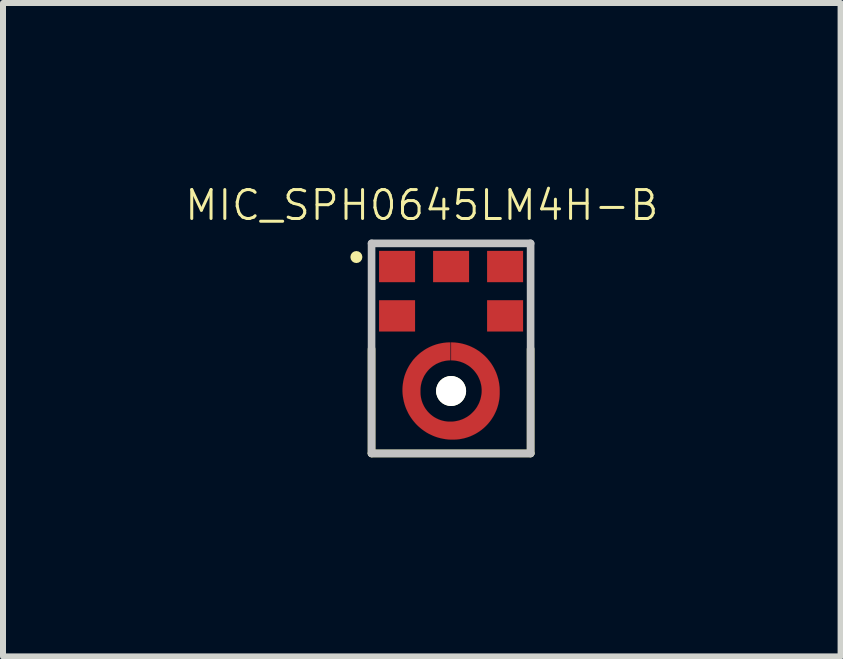
<source format=kicad_pcb>
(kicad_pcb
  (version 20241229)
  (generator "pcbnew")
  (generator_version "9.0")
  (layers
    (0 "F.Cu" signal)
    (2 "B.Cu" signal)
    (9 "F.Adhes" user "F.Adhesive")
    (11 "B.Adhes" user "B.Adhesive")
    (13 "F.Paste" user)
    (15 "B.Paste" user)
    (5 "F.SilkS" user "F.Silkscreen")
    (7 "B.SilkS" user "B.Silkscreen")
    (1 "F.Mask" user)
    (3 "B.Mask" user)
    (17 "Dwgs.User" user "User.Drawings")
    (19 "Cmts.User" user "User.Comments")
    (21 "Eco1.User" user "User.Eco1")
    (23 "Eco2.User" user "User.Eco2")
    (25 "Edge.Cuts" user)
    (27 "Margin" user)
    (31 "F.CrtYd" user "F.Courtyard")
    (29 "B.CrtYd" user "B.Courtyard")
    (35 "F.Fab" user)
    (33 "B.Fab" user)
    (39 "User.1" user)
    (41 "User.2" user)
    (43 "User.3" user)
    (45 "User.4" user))
  (footprint "MIC_SPH0645LM4H-B"
    (layer "F.Cu")
    (at 4.466 3.465)
    (property "Reference" "MIC_SPH0645LM4H-B" (at -0.488 -3.095 0) (layer "F.SilkS") (effects (font (size 0.482 0.482) (thickness 0.05))))
    (attr smd)
    (fp_poly (pts (xy -0.01 -0.51) (xy -0.01 -0.81) (xy -0.036 -0.81) (xy -0.077 -0.808) (xy -0.119 -0.803) (xy -0.16 -0.797) (xy -0.201 -0.788) (xy -0.241 -0.778) (xy -0.28 -0.765) (xy -0.319 -0.75) (xy -0.357 -0.733) (xy -0.394 -0.714) (xy -0.431 -0.693) (xy -0.465 -0.67) (xy -0.499 -0.646) (xy -0.531 -0.62) (xy -0.562 -0.592) (xy -0.592 -0.562) (xy -0.62 -0.532) (xy -0.646 -0.499) (xy -0.67 -0.465) (xy -0.693 -0.431) (xy -0.714 -0.394) (xy -0.733 -0.357) (xy -0.75 -0.319) (xy -0.765 -0.28) (xy -0.778 -0.241) (xy -0.788 -0.201) (xy -0.797 -0.16) (xy -0.803 -0.119) (xy -0.808 -0.077) (xy -0.81 -0.036) (xy -0.81 -0.02) (xy -0.81 0.002) (xy -0.808 0.045) (xy -0.803 0.088) (xy -0.796 0.131) (xy -0.787 0.174) (xy -0.776 0.216) (xy -0.763 0.257) (xy -0.747 0.298) (xy -0.729 0.337) (xy -0.71 0.376) (xy -0.688 0.414) (xy -0.664 0.45) (xy -0.639 0.485) (xy -0.611 0.519) (xy -0.582 0.552) (xy -0.552 0.582) (xy -0.519 0.611) (xy -0.485 0.639) (xy -0.45 0.664) (xy -0.414 0.688) (xy -0.376 0.71) (xy -0.337 0.729) (xy -0.298 0.747) (xy -0.257 0.763) (xy -0.216 0.776) (xy -0.174 0.787) (xy -0.131 0.796) (xy -0.088 0.803) (xy -0.045 0.808) (xy -0.002 0.81) (xy 0.02 0.81) (xy 0.03 0.81) (xy 0.05 0.81) (xy 0.091 0.808) (xy 0.132 0.804) (xy 0.172 0.797) (xy 0.212 0.789) (xy 0.252 0.778) (xy 0.29 0.766) (xy 0.329 0.751) (xy 0.366 0.734) (xy 0.402 0.716) (xy 0.438 0.695) (xy 0.472 0.673) (xy 0.505 0.649) (xy 0.537 0.623) (xy 0.567 0.596) (xy 0.596 0.567) (xy 0.623 0.537) (xy 0.649 0.505) (xy 0.673 0.472) (xy 0.695 0.438) (xy 0.716 0.402) (xy 0.734 0.366) (xy 0.751 0.329) (xy 0.766 0.29) (xy 0.778 0.252) (xy 0.789 0.212) (xy 0.797 0.172) (xy 0.804 0.132) (xy 0.808 0.091) (xy 0.81 0.05) (xy 0.81 0.03) (xy 0.81 0) (xy 0.81 -0.021) (xy 0.808 -0.064) (xy 0.803 -0.106) (xy 0.797 -0.148) (xy 0.788 -0.189) (xy 0.777 -0.23) (xy 0.764 -0.27) (xy 0.749 -0.31) (xy 0.731 -0.349) (xy 0.712 -0.387) (xy 0.691 -0.423) (xy 0.668 -0.459) (xy 0.643 -0.493) (xy 0.616 -0.526) (xy 0.588 -0.558) (xy 0.558 -0.588) (xy 0.526 -0.616) (xy 0.493 -0.643) (xy 0.459 -0.668) (xy 0.423 -0.691) (xy 0.387 -0.712) (xy 0.349 -0.731) (xy 0.31 -0.749) (xy 0.27 -0.764) (xy 0.23 -0.777) (xy 0.189 -0.788) (xy 0.148 -0.797) (xy 0.106 -0.803) (xy 0.064 -0.808) (xy 0.021 -0.81) (xy 0 -0.81) (xy 0 -0.51) (xy 0.009 -0.51) (xy 0.036 -0.509) (xy 0.062 -0.507) (xy 0.088 -0.503) (xy 0.114 -0.498) (xy 0.14 -0.492) (xy 0.165 -0.484) (xy 0.19 -0.475) (xy 0.214 -0.465) (xy 0.238 -0.453) (xy 0.261 -0.44) (xy 0.284 -0.426) (xy 0.306 -0.411) (xy 0.326 -0.395) (xy 0.346 -0.377) (xy 0.365 -0.359) (xy 0.383 -0.34) (xy 0.4 -0.319) (xy 0.416 -0.298) (xy 0.431 -0.276) (xy 0.445 -0.254) (xy 0.457 -0.23) (xy 0.468 -0.206) (xy 0.478 -0.182) (xy 0.487 -0.157) (xy 0.494 -0.131) (xy 0.5 -0.106) (xy 0.505 -0.08) (xy 0.508 -0.053) (xy 0.51 -0.027) (xy 0.51 -0.01) (xy 0.51 0.004) (xy 0.509 0.031) (xy 0.506 0.058) (xy 0.501 0.085) (xy 0.496 0.111) (xy 0.489 0.138) (xy 0.48 0.164) (xy 0.471 0.189) (xy 0.46 0.214) (xy 0.447 0.238) (xy 0.434 0.262) (xy 0.419 0.285) (xy 0.403 0.307) (xy 0.386 0.328) (xy 0.367 0.348) (xy 0.348 0.367) (xy 0.328 0.386) (xy 0.307 0.403) (xy 0.285 0.419) (xy 0.262 0.434) (xy 0.238 0.447) (xy 0.214 0.46) (xy 0.189 0.471) (xy 0.164 0.48) (xy 0.138 0.489) (xy 0.111 0.496) (xy 0.085 0.501) (xy 0.058 0.506) (xy 0.031 0.509) (xy 0.004 0.51) (xy -0.01 0.51) (xy -0.02 0.51) (xy -0.033 0.51) (xy -0.058 0.509) (xy -0.084 0.506) (xy -0.109 0.502) (xy -0.134 0.497) (xy -0.159 0.49) (xy -0.184 0.482) (xy -0.208 0.473) (xy -0.231 0.462) (xy -0.254 0.451) (xy -0.276 0.438) (xy -0.298 0.424) (xy -0.318 0.409) (xy -0.338 0.393) (xy -0.357 0.376) (xy -0.376 0.357) (xy -0.393 0.338) (xy -0.409 0.318) (xy -0.424 0.298) (xy -0.438 0.276) (xy -0.451 0.254) (xy -0.462 0.231) (xy -0.473 0.208) (xy -0.482 0.184) (xy -0.49 0.159) (xy -0.497 0.134) (xy -0.502 0.109) (xy -0.506 0.084) (xy -0.509 0.058) (xy -0.51 0.033) (xy -0.51 0.02) (xy -0.51 -0.01) (xy -0.51 -0.023) (xy -0.509 -0.049) (xy -0.506 -0.075) (xy -0.502 -0.101) (xy -0.496 -0.127) (xy -0.49 -0.152) (xy -0.481 -0.177) (xy -0.472 -0.201) (xy -0.461 -0.225) (xy -0.45 -0.249) (xy -0.436 -0.271) (xy -0.422 -0.293) (xy -0.407 -0.314) (xy -0.39 -0.335) (xy -0.373 -0.354) (xy -0.354 -0.373) (xy -0.335 -0.39) (xy -0.314 -0.407) (xy -0.293 -0.422) (xy -0.271 -0.436) (xy -0.249 -0.45) (xy -0.225 -0.461) (xy -0.201 -0.472) (xy -0.177 -0.481) (xy -0.152 -0.49) (xy -0.127 -0.496) (xy -0.101 -0.502) (xy -0.075 -0.506) (xy -0.049 -0.509) (xy -0.023 -0.51)) (stroke (width 0.001) (type solid)) (fill yes) (layer "F.Cu"))
    (fp_circle (center 0 0) (end 0.456 0) (stroke (width 0.912) (type solid)) (fill no) (layer "F.Mask"))
    (fp_line (start -1.325 1.04) (end -1.325 -0.7) (stroke (width 0.127) (type solid)) (layer "F.SilkS"))
    (fp_line (start 1.325 -0.7) (end 1.325 1.04) (stroke (width 0.127) (type solid)) (layer "F.SilkS"))
    (fp_line (start 1.325 1.04) (end -1.325 1.04) (stroke (width 0.127) (type solid)) (layer "F.SilkS"))
    (fp_circle (center -1.578 -2.232) (end -1.528 -2.232) (stroke (width 0.1) (type solid)) (fill no) (layer "F.SilkS"))
    (fp_poly (pts (xy 0.38 0.53) (xy 0.28 0.425) (xy 0.23 0.46) (xy 0.12 0.5) (xy 0 0.514) (xy -0.12 0.5) (xy -0.225 0.462) (xy -0.288 0.426) (xy -0.385 0.525) (xy -0.5 0.64) (xy -0.405 0.705) (xy -0.31 0.75) (xy -0.22 0.78) (xy -0.14 0.8) (xy 0 0.81) (xy 0.16 0.796) (xy 0.31 0.75) (xy 0.425 0.69) (xy 0.495 0.645)) (stroke (width 0.001) (type solid)) (fill yes) (layer "F.Paste"))
    (fp_poly (pts (xy -0.375 -0.53) (xy -0.28 -0.435) (xy -0.23 -0.46) (xy -0.175 -0.485) (xy -0.12 -0.5) (xy -0.06 -0.51) (xy 0 -0.514) (xy 0.12 -0.5) (xy 0.225 -0.462) (xy 0.283 -0.426) (xy 0.385 -0.525) (xy 0.5 -0.64) (xy 0.41 -0.7) (xy 0.31 -0.75) (xy 0.23 -0.78) (xy 0.14 -0.8) (xy 0 -0.81) (xy -0.16 -0.796) (xy -0.31 -0.75) (xy -0.415 -0.7) (xy -0.49 -0.645)) (stroke (width 0.001) (type solid)) (fill yes) (layer "F.Paste"))
    (fp_poly (pts (xy 0.53 -0.385) (xy 0.425 -0.28) (xy 0.46 -0.23) (xy 0.5 -0.12) (xy 0.514 0) (xy 0.5 0.12) (xy 0.462 0.225) (xy 0.421 0.283) (xy 0.52 0.38) (xy 0.64 0.5) (xy 0.705 0.405) (xy 0.75 0.31) (xy 0.78 0.23) (xy 0.8 0.14) (xy 0.81 0.06) (xy 0.81 -0.065) (xy 0.796 -0.16) (xy 0.78 -0.235) (xy 0.75 -0.31) (xy 0.705 -0.405) (xy 0.64 -0.5)) (stroke (width 0.001) (type solid)) (fill yes) (layer "F.Paste"))
    (fp_poly (pts (xy -0.53 0.385) (xy -0.43 0.285) (xy -0.465 0.23) (xy -0.505 0.12) (xy -0.51 0.12) (xy -0.505 0.11) (xy -0.52 0.005) (xy -0.524 -0.005) (xy -0.52 -0.005) (xy -0.505 -0.125) (xy -0.462 -0.225) (xy -0.426 -0.293) (xy -0.525 -0.39) (xy -0.635 -0.505) (xy -0.7 -0.41) (xy -0.75 -0.31) (xy -0.78 -0.22) (xy -0.8 -0.14) (xy -0.81 0) (xy -0.796 0.16) (xy -0.75 0.31) (xy -0.705 0.4) (xy -0.64 0.5)) (stroke (width 0.001) (type solid)) (fill yes) (layer "F.Paste"))
    (fp_line (start -1.325 -2.46) (end 1.325 -2.46) (stroke (width 0.127) (type solid)) (layer "Dwgs.User"))
    (fp_line (start -1.325 1.04) (end -1.325 -2.46) (stroke (width 0.127) (type solid)) (layer "Dwgs.User"))
    (fp_line (start 1.325 -2.46) (end 1.325 1.04) (stroke (width 0.127) (type solid)) (layer "Dwgs.User"))
    (fp_line (start 1.325 1.04) (end -1.325 1.04) (stroke (width 0.127) (type solid)) (layer "Dwgs.User"))
    (fp_line (start -1.651 -2.794) (end 1.651 -2.794) (stroke (width 0.05) (type solid)) (layer "Eco1.User"))
    (fp_line (start -1.651 1.397) (end -1.651 -2.794) (stroke (width 0.05) (type solid)) (layer "Eco1.User"))
    (fp_line (start 1.651 -2.794) (end 1.651 1.397) (stroke (width 0.05) (type solid)) (layer "Eco1.User"))
    (fp_line (start 1.651 1.397) (end -1.651 1.397) (stroke (width 0.05) (type solid)) (layer "Eco1.User"))
    (pad "" np_thru_hole circle (at 0 0) (size 0.5 0.5) (drill 0.5) (layers "*.Cu" "*.Mask" "F.SilkS"))
    (pad "1" smd rect (at -0.9 -2.074) (size 0.6 0.522) (layers "F.Cu" "F.Mask" "F.Paste"))
    (pad "2" smd rect (at -0.9 -1.252) (size 0.6 0.522) (layers "F.Cu" "F.Mask" "F.Paste"))
    (pad "3" smd rect (at 0.65 -0.02) (size 0.1 0.1) (layers "F.Cu" "F.Mask" "F.Paste"))
    (pad "4" smd rect (at 0.9 -1.252) (size 0.6 0.522) (layers "F.Cu" "F.Mask" "F.Paste"))
    (pad "5" smd rect (at 0.9 -2.074) (size 0.6 0.522) (layers "F.Cu" "F.Mask" "F.Paste"))
    (pad "6" smd rect (at 0 -2.074) (size 0.6 0.522) (layers "F.Cu" "F.Mask" "F.Paste")))
  (gr_rect
    (start -3 -3)
    (end 10.956 7.887)
    (stroke (width 0.1) (type default))
    (fill no)
    (layer "Edge.Cuts")))
</source>
